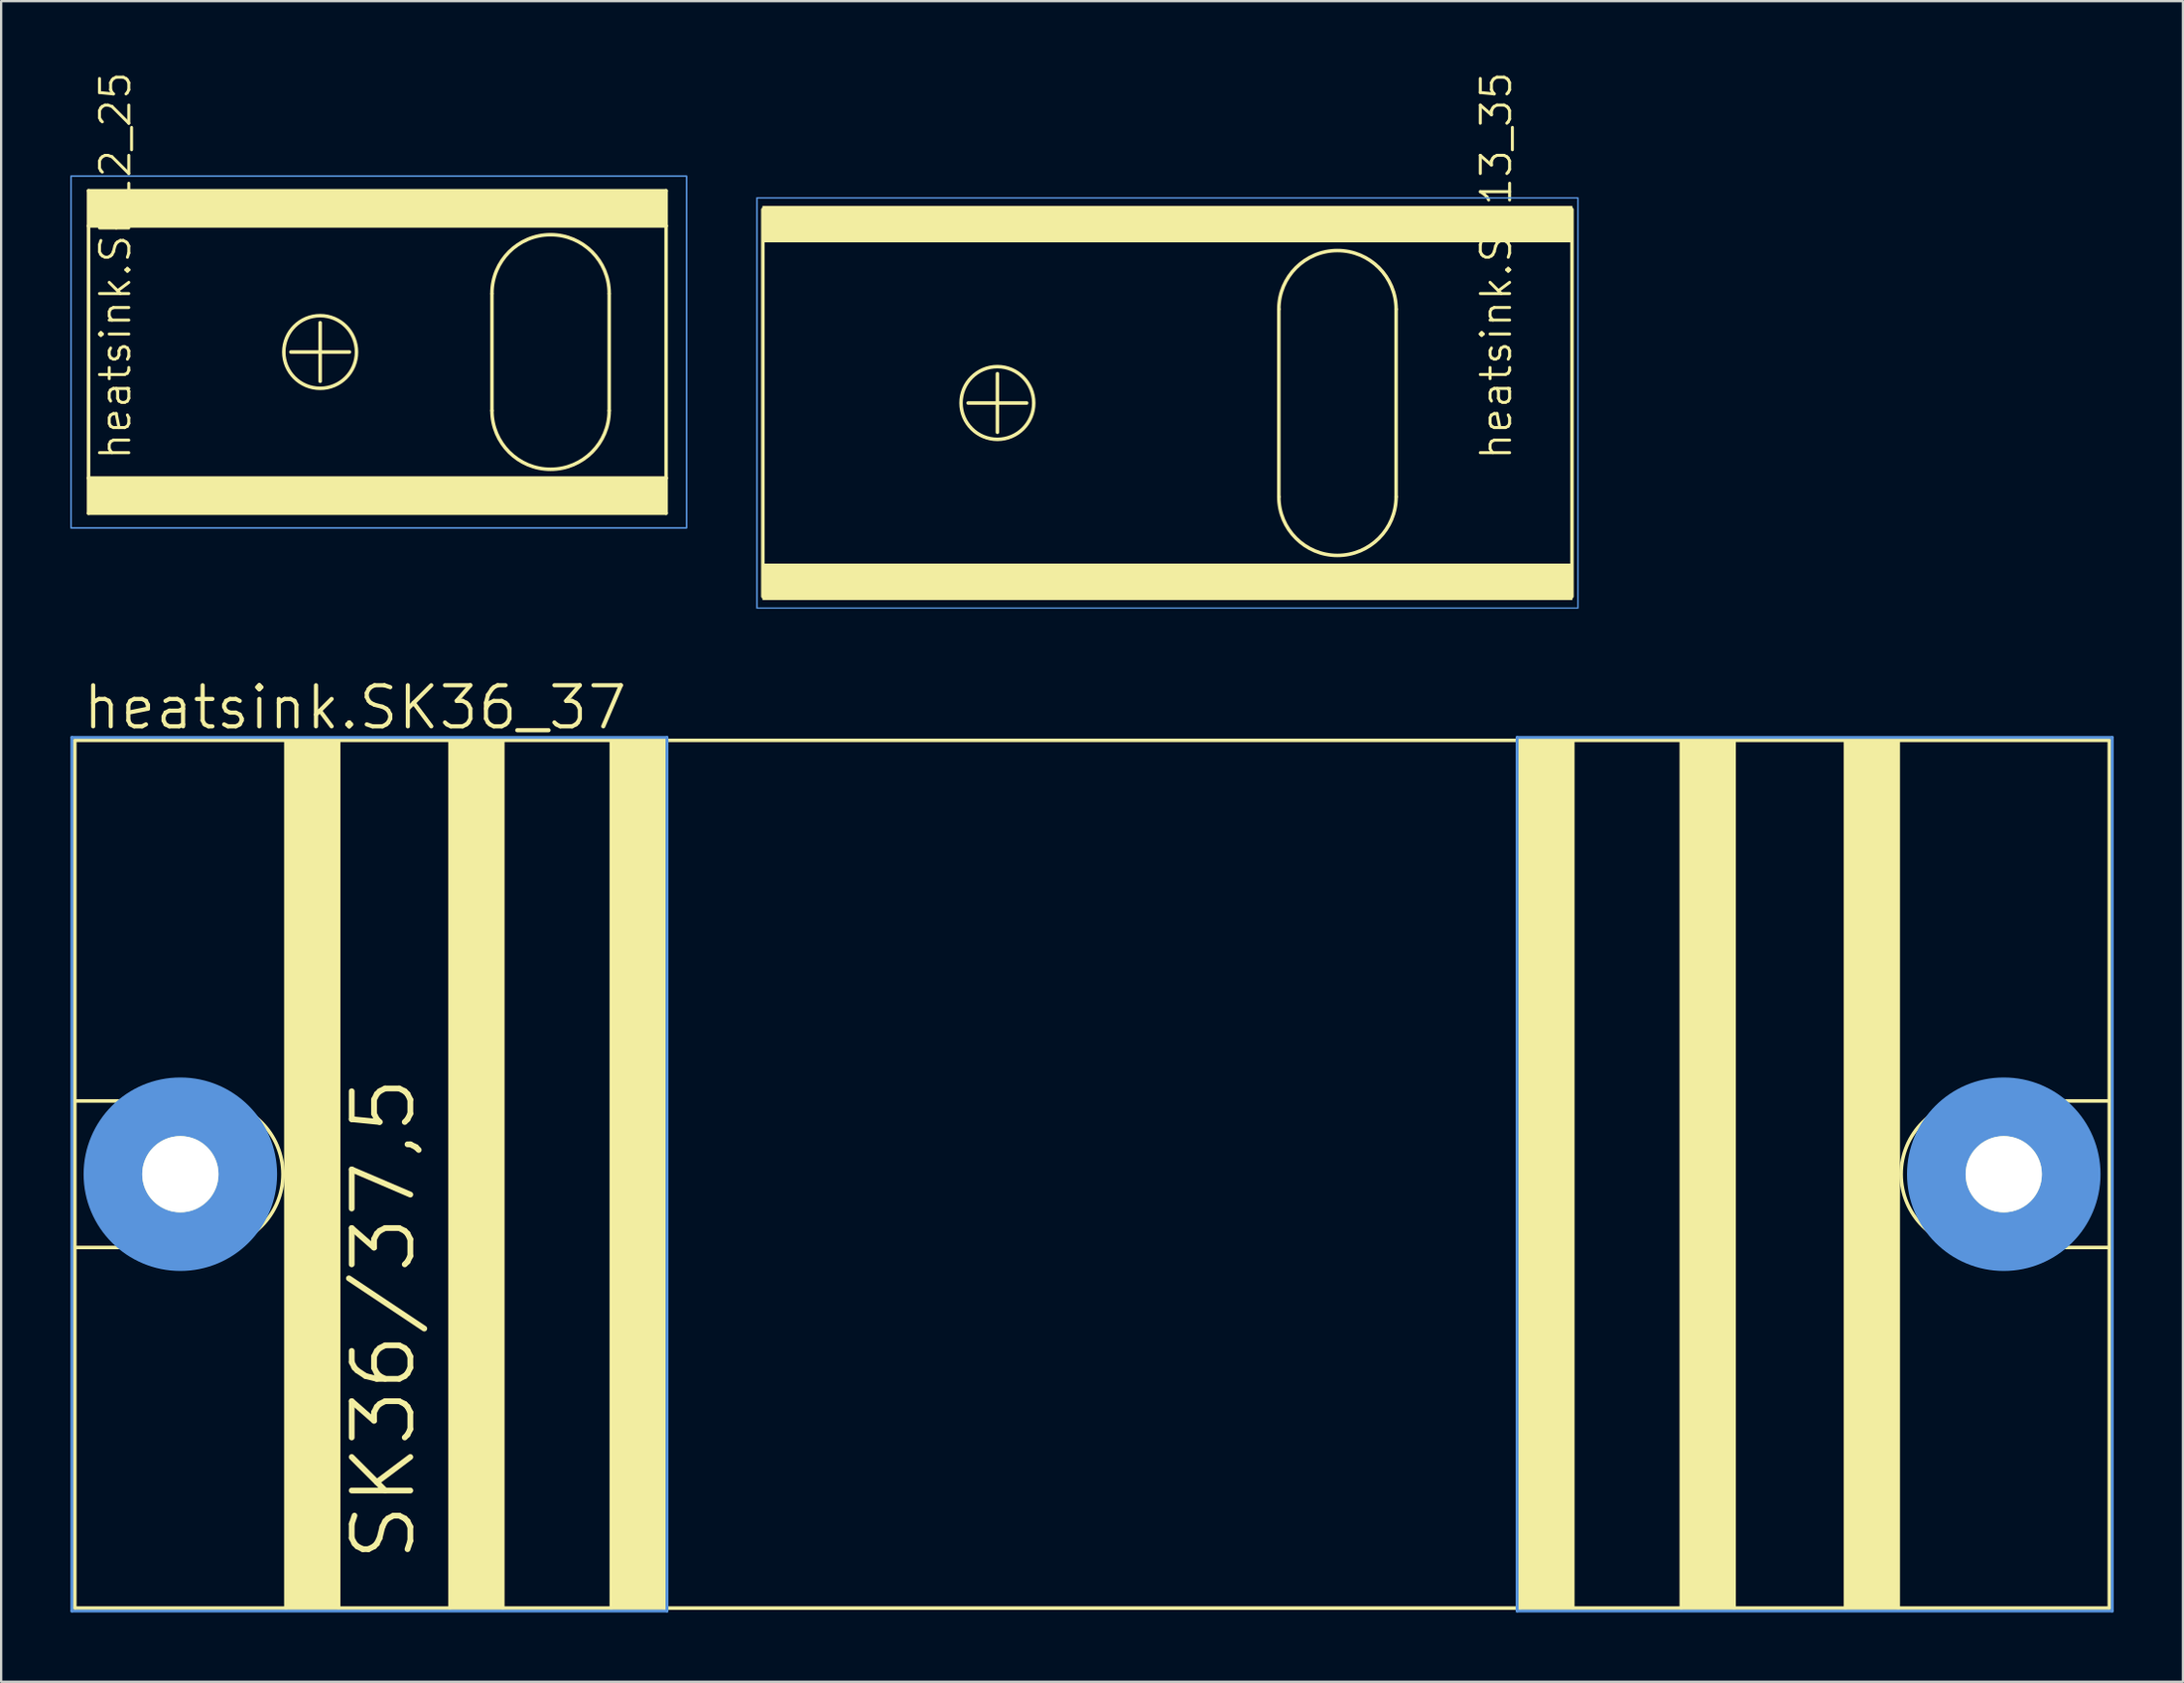
<source format=kicad_pcb>
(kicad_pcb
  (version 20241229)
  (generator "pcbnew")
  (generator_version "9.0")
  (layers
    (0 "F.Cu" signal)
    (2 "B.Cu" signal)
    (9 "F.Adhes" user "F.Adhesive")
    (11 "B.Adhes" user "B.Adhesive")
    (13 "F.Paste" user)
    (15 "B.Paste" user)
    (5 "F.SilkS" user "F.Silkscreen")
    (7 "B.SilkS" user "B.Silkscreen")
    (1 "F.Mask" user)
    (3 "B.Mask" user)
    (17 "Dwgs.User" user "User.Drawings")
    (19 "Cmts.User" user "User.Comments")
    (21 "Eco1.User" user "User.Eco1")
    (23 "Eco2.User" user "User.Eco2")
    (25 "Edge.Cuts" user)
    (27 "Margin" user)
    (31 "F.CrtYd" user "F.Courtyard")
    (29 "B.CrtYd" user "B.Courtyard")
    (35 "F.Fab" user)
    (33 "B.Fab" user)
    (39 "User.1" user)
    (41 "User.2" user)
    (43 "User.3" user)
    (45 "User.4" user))
  (footprint "heatsink.SK12_25"
    (layer "F.Cu")
    (at 15.9 12.199)
    (property "Reference" "heatsink.SK12_25" (at -13.208 4.75 90) (layer "F.SilkS") (effects (font (size 1.27 1.27) (thickness 0.13)) (justify left bottom)))
    (fp_line (start -15.113 -6.985) (end 9.906 -6.985) (stroke (width 0.152) (type default)) (layer "F.SilkS"))
    (fp_line (start -15.113 -5.461) (end -15.113 -6.985) (stroke (width 0.152) (type default)) (layer "F.SilkS"))
    (fp_line (start -15.113 -5.461) (end 9.906 -5.461) (stroke (width 0.152) (type default)) (layer "F.SilkS"))
    (fp_line (start -15.113 5.461) (end -15.113 -5.461) (stroke (width 0.152) (type default)) (layer "F.SilkS"))
    (fp_line (start -15.113 5.461) (end 9.906 5.461) (stroke (width 0.152) (type default)) (layer "F.SilkS"))
    (fp_line (start -15.113 6.985) (end -15.113 5.461) (stroke (width 0.152) (type default)) (layer "F.SilkS"))
    (fp_line (start -6.35 0) (end -3.81 0) (stroke (width 0.152) (type default)) (layer "F.SilkS"))
    (fp_line (start -5.08 1.27) (end -5.08 -1.27) (stroke (width 0.152) (type default)) (layer "F.SilkS"))
    (fp_line (start 2.362 2.54) (end 2.362 -2.515) (stroke (width 0.152) (type default)) (layer "F.SilkS"))
    (fp_line (start 7.442 2.54) (end 7.442 -2.515) (stroke (width 0.152) (type default)) (layer "F.SilkS"))
    (fp_line (start 9.906 -6.985) (end 9.906 -5.461) (stroke (width 0.152) (type default)) (layer "F.SilkS"))
    (fp_line (start 9.906 -5.461) (end 9.906 5.461) (stroke (width 0.152) (type default)) (layer "F.SilkS"))
    (fp_line (start 9.906 5.461) (end 9.906 6.985) (stroke (width 0.152) (type default)) (layer "F.SilkS"))
    (fp_line (start 9.906 6.985) (end -15.113 6.985) (stroke (width 0.152) (type default)) (layer "F.SilkS"))
    (fp_rect (start -15.113 -5.461) (end 9.906 -6.985) (stroke (width 0.05) (type default)) (fill yes) (layer "F.SilkS"))
    (fp_rect (start -15.113 6.985) (end 9.906 5.461) (stroke (width 0.05) (type default)) (fill yes) (layer "F.SilkS"))
    (fp_arc (start 2.3622 -2.54) (mid 4.9022 -5.08) (end 7.4422 -2.54) (stroke (width 0.1524) (type default)) (layer "F.SilkS"))
    (fp_arc (start 7.4422 2.54) (mid 4.9022 5.08) (end 2.3622 2.54) (stroke (width 0.1524) (type default)) (layer "F.SilkS"))
    (fp_circle (center -5.08 0) (end -3.505 0) (stroke (width 0.152) (type default)) (fill no) (layer "F.SilkS"))
    (fp_rect (start -15.875 7.62) (end 10.795 -7.62) (stroke (width 0.05) (type default)) (fill no) (layer "Cmts.User"))
    (fp_rect (start -15.875 7.62) (end 10.795 -7.62) (stroke (width 0.05) (type default)) (fill no) (layer "Cmts.User")))
  (footprint "heatsink.SK13_35"
    (layer "F.Cu")
    (at 51.335 14.408)
    (property "Reference" "heatsink.SK13_35" (at 11.176 2.54 90) (layer "F.SilkS") (effects (font (size 1.27 1.27) (thickness 0.13)) (justify left bottom)))
    (fp_line (start -21.336 -8.382) (end -21.336 8.382) (stroke (width 0.152) (type default)) (layer "F.SilkS"))
    (fp_line (start -12.446 0) (end -9.906 0) (stroke (width 0.152) (type default)) (layer "F.SilkS"))
    (fp_line (start -11.176 1.27) (end -11.176 -1.27) (stroke (width 0.152) (type default)) (layer "F.SilkS"))
    (fp_line (start 1.016 4.064) (end 1.016 -4.064) (stroke (width 0.152) (type default)) (layer "F.SilkS"))
    (fp_line (start 6.096 -4.064) (end 6.096 4.064) (stroke (width 0.152) (type default)) (layer "F.SilkS"))
    (fp_line (start 13.716 8.382) (end 13.716 -8.382) (stroke (width 0.152) (type default)) (layer "F.SilkS"))
    (fp_rect (start -21.336 -6.985) (end 13.716 -8.509) (stroke (width 0.05) (type default)) (fill yes) (layer "F.SilkS"))
    (fp_rect (start -21.336 8.509) (end 13.716 6.985) (stroke (width 0.05) (type default)) (fill yes) (layer "F.SilkS"))
    (fp_arc (start 1.016 -4.064) (mid 3.556 -6.604) (end 6.096 -4.064) (stroke (width 0.1524) (type default)) (layer "F.SilkS"))
    (fp_arc (start 6.096 4.064) (mid 3.556 6.604) (end 1.016 4.064) (stroke (width 0.1524) (type default)) (layer "F.SilkS"))
    (fp_circle (center -11.176 0) (end -9.601 0) (stroke (width 0.152) (type default)) (fill no) (layer "F.SilkS"))
    (fp_rect (start -21.59 8.89) (end 13.97 -8.89) (stroke (width 0.05) (type default)) (fill no) (layer "Cmts.User"))
    (fp_rect (start -21.59 8.89) (end 13.97 -8.89) (stroke (width 0.05) (type default)) (fill no) (layer "Cmts.User")))
  (footprint "heatsink.SK36_37"
    (layer "F.Cu")
    (at 44.26 47.818)
    (property "Reference" "heatsink.SK36_37" (at -43.815 -19.177 0) (layer "F.SilkS") (effects (font (size 1.778 1.778) (thickness 0.18)) (justify left bottom)))
    (fp_line (start -44.069 -18.796) (end -34.925 -18.796) (stroke (width 0.152) (type default)) (layer "F.SilkS"))
    (fp_line (start -44.069 -3.175) (end -44.069 -18.796) (stroke (width 0.152) (type default)) (layer "F.SilkS"))
    (fp_line (start -44.069 -3.175) (end -38.227 -3.175) (stroke (width 0.152) (type default)) (layer "F.SilkS"))
    (fp_line (start -44.069 3.175) (end -44.069 -3.175) (stroke (width 0.152) (type default)) (layer "F.SilkS"))
    (fp_line (start -44.069 18.796) (end -44.069 3.175) (stroke (width 0.152) (type default)) (layer "F.SilkS"))
    (fp_line (start -42.291 0) (end -36.576 0) (stroke (width 0.152) (type default)) (layer "F.SilkS"))
    (fp_line (start -39.497 -2.921) (end -39.497 2.921) (stroke (width 0.152) (type default)) (layer "F.SilkS"))
    (fp_line (start -38.227 3.175) (end -44.069 3.175) (stroke (width 0.152) (type default)) (layer "F.SilkS"))
    (fp_line (start -34.925 -18.796) (end -32.639 -18.796) (stroke (width 0.152) (type default)) (layer "F.SilkS"))
    (fp_line (start -34.925 18.796) (end -44.069 18.796) (stroke (width 0.152) (type default)) (layer "F.SilkS"))
    (fp_line (start -34.925 18.796) (end -34.925 -18.796) (stroke (width 0.152) (type default)) (layer "F.SilkS"))
    (fp_line (start -32.639 -18.796) (end -27.813 -18.796) (stroke (width 0.152) (type default)) (layer "F.SilkS"))
    (fp_line (start -32.639 18.796) (end -34.925 18.796) (stroke (width 0.152) (type default)) (layer "F.SilkS"))
    (fp_line (start -32.639 18.796) (end -32.639 -18.796) (stroke (width 0.152) (type default)) (layer "F.SilkS"))
    (fp_line (start -27.813 -18.796) (end -25.527 -18.796) (stroke (width 0.152) (type default)) (layer "F.SilkS"))
    (fp_line (start -27.813 18.796) (end -32.639 18.796) (stroke (width 0.152) (type default)) (layer "F.SilkS"))
    (fp_line (start -27.813 18.796) (end -27.813 -18.796) (stroke (width 0.152) (type default)) (layer "F.SilkS"))
    (fp_line (start -25.527 -18.796) (end -20.828 -18.796) (stroke (width 0.152) (type default)) (layer "F.SilkS"))
    (fp_line (start -25.527 18.796) (end -27.813 18.796) (stroke (width 0.152) (type default)) (layer "F.SilkS"))
    (fp_line (start -25.527 18.796) (end -25.527 -18.796) (stroke (width 0.152) (type default)) (layer "F.SilkS"))
    (fp_line (start -20.828 -18.796) (end -18.542 -18.796) (stroke (width 0.152) (type default)) (layer "F.SilkS"))
    (fp_line (start -20.828 18.796) (end -25.527 18.796) (stroke (width 0.152) (type default)) (layer "F.SilkS"))
    (fp_line (start -20.828 18.796) (end -20.828 -18.796) (stroke (width 0.152) (type default)) (layer "F.SilkS"))
    (fp_line (start -18.542 -18.796) (end 18.542 -18.796) (stroke (width 0.152) (type default)) (layer "F.SilkS"))
    (fp_line (start -18.542 18.796) (end -20.828 18.796) (stroke (width 0.152) (type default)) (layer "F.SilkS"))
    (fp_line (start -18.542 18.796) (end -18.542 -18.796) (stroke (width 0.152) (type default)) (layer "F.SilkS"))
    (fp_line (start 18.542 -18.796) (end 18.542 18.796) (stroke (width 0.152) (type default)) (layer "F.SilkS"))
    (fp_line (start 18.542 -18.796) (end 20.828 -18.796) (stroke (width 0.152) (type default)) (layer "F.SilkS"))
    (fp_line (start 18.542 18.796) (end -18.542 18.796) (stroke (width 0.152) (type default)) (layer "F.SilkS"))
    (fp_line (start 20.828 -18.796) (end 20.828 18.796) (stroke (width 0.152) (type default)) (layer "F.SilkS"))
    (fp_line (start 20.828 -18.796) (end 25.527 -18.796) (stroke (width 0.152) (type default)) (layer "F.SilkS"))
    (fp_line (start 20.828 18.796) (end 18.542 18.796) (stroke (width 0.152) (type default)) (layer "F.SilkS"))
    (fp_line (start 25.527 -18.796) (end 25.527 18.796) (stroke (width 0.152) (type default)) (layer "F.SilkS"))
    (fp_line (start 25.527 -18.796) (end 27.813 -18.796) (stroke (width 0.152) (type default)) (layer "F.SilkS"))
    (fp_line (start 25.527 18.796) (end 20.828 18.796) (stroke (width 0.152) (type default)) (layer "F.SilkS"))
    (fp_line (start 27.813 -18.796) (end 27.813 18.796) (stroke (width 0.152) (type default)) (layer "F.SilkS"))
    (fp_line (start 27.813 -18.796) (end 32.639 -18.796) (stroke (width 0.152) (type default)) (layer "F.SilkS"))
    (fp_line (start 27.813 18.796) (end 25.527 18.796) (stroke (width 0.152) (type default)) (layer "F.SilkS"))
    (fp_line (start 32.639 -18.796) (end 32.639 18.796) (stroke (width 0.152) (type default)) (layer "F.SilkS"))
    (fp_line (start 32.639 -18.796) (end 34.925 -18.796) (stroke (width 0.152) (type default)) (layer "F.SilkS"))
    (fp_line (start 32.639 18.796) (end 27.813 18.796) (stroke (width 0.152) (type default)) (layer "F.SilkS"))
    (fp_line (start 34.925 -18.796) (end 34.925 18.796) (stroke (width 0.152) (type default)) (layer "F.SilkS"))
    (fp_line (start 34.925 -18.796) (end 44.069 -18.796) (stroke (width 0.152) (type default)) (layer "F.SilkS"))
    (fp_line (start 34.925 18.796) (end 32.639 18.796) (stroke (width 0.152) (type default)) (layer "F.SilkS"))
    (fp_line (start 38.227 -3.175) (end 44.069 -3.175) (stroke (width 0.152) (type default)) (layer "F.SilkS"))
    (fp_line (start 39.497 2.921) (end 39.497 -2.921) (stroke (width 0.152) (type default)) (layer "F.SilkS"))
    (fp_line (start 42.291 0) (end 36.576 0) (stroke (width 0.152) (type default)) (layer "F.SilkS"))
    (fp_line (start 44.069 -18.796) (end 44.069 -3.175) (stroke (width 0.152) (type default)) (layer "F.SilkS"))
    (fp_line (start 44.069 -3.175) (end 44.069 3.175) (stroke (width 0.152) (type default)) (layer "F.SilkS"))
    (fp_line (start 44.069 3.175) (end 38.227 3.175) (stroke (width 0.152) (type default)) (layer "F.SilkS"))
    (fp_line (start 44.069 3.175) (end 44.069 18.796) (stroke (width 0.152) (type default)) (layer "F.SilkS"))
    (fp_line (start 44.069 18.796) (end 34.925 18.796) (stroke (width 0.152) (type default)) (layer "F.SilkS"))
    (fp_rect (start -34.925 18.796) (end -32.639 -18.796) (stroke (width 0.05) (type default)) (fill yes) (layer "F.SilkS"))
    (fp_rect (start -27.813 18.796) (end -25.527 -18.796) (stroke (width 0.05) (type default)) (fill yes) (layer "F.SilkS"))
    (fp_rect (start -20.828 18.796) (end -18.542 -18.796) (stroke (width 0.05) (type default)) (fill yes) (layer "F.SilkS"))
    (fp_rect (start 18.542 18.796) (end 20.828 -18.796) (stroke (width 0.05) (type default)) (fill yes) (layer "F.SilkS"))
    (fp_rect (start 25.527 18.796) (end 27.813 -18.796) (stroke (width 0.05) (type default)) (fill yes) (layer "F.SilkS"))
    (fp_rect (start 32.639 18.796) (end 34.925 -18.796) (stroke (width 0.05) (type default)) (fill yes) (layer "F.SilkS"))
    (fp_arc (start -38.227 -3.175) (mid -35.052 0) (end -38.227 3.175) (stroke (width 0.1524) (type default)) (layer "F.SilkS"))
    (fp_arc (start 38.227 3.175) (mid 35.052 0) (end 38.227 -3.175) (stroke (width 0.1524) (type default)) (layer "F.SilkS"))
    (fp_circle (center -39.497 0) (end -37.846 0) (stroke (width 0.152) (type default)) (fill no) (layer "F.SilkS"))
    (fp_circle (center 39.497 0) (end 41.148 0) (stroke (width 0.152) (type default)) (fill no) (layer "F.SilkS"))
    (fp_line (start -44.196 -18.923) (end -18.415 -18.923) (stroke (width 0.127) (type default)) (layer "Cmts.User"))
    (fp_line (start -44.196 18.923) (end -44.196 -18.923) (stroke (width 0.127) (type default)) (layer "Cmts.User"))
    (fp_line (start -18.415 -18.923) (end -18.415 18.923) (stroke (width 0.127) (type default)) (layer "Cmts.User"))
    (fp_line (start -18.415 18.923) (end -44.196 18.923) (stroke (width 0.127) (type default)) (layer "Cmts.User"))
    (fp_line (start 18.415 -18.923) (end 44.196 -18.923) (stroke (width 0.127) (type default)) (layer "Cmts.User"))
    (fp_line (start 18.415 18.923) (end 18.415 -18.923) (stroke (width 0.127) (type default)) (layer "Cmts.User"))
    (fp_line (start 44.196 -18.923) (end 44.196 18.923) (stroke (width 0.127) (type default)) (layer "Cmts.User"))
    (fp_line (start 44.196 18.923) (end 18.415 18.923) (stroke (width 0.127) (type default)) (layer "Cmts.User"))
    (fp_circle (center -39.497 0) (end -36.576 0) (stroke (width 2.54) (type default)) (fill no) (layer "Cmts.User"))
    (fp_circle (center 39.497 0) (end 42.418 0) (stroke (width 2.54) (type default)) (fill no) (layer "Cmts.User"))
    (fp_text user "SK36/37,5" (at -29.21 16.891 90) (layer "F.SilkS") (effects (font (size 2.54 2.54) (thickness 0.25)) (justify left bottom)))
    (pad "" np_thru_hole circle (at -39.497 0) (size 3.302 3.302) (drill 3.302) (layers "*.Cu" "*.Mask"))
    (pad "" np_thru_hole circle (at 39.497 0) (size 3.302 3.302) (drill 3.302) (layers "*.Cu" "*.Mask")))
  (gr_rect
    (start -3 -3)
    (end 91.519 69.805)
    (stroke (width 0.1) (type default))
    (fill no)
    (layer "Edge.Cuts")))
</source>
